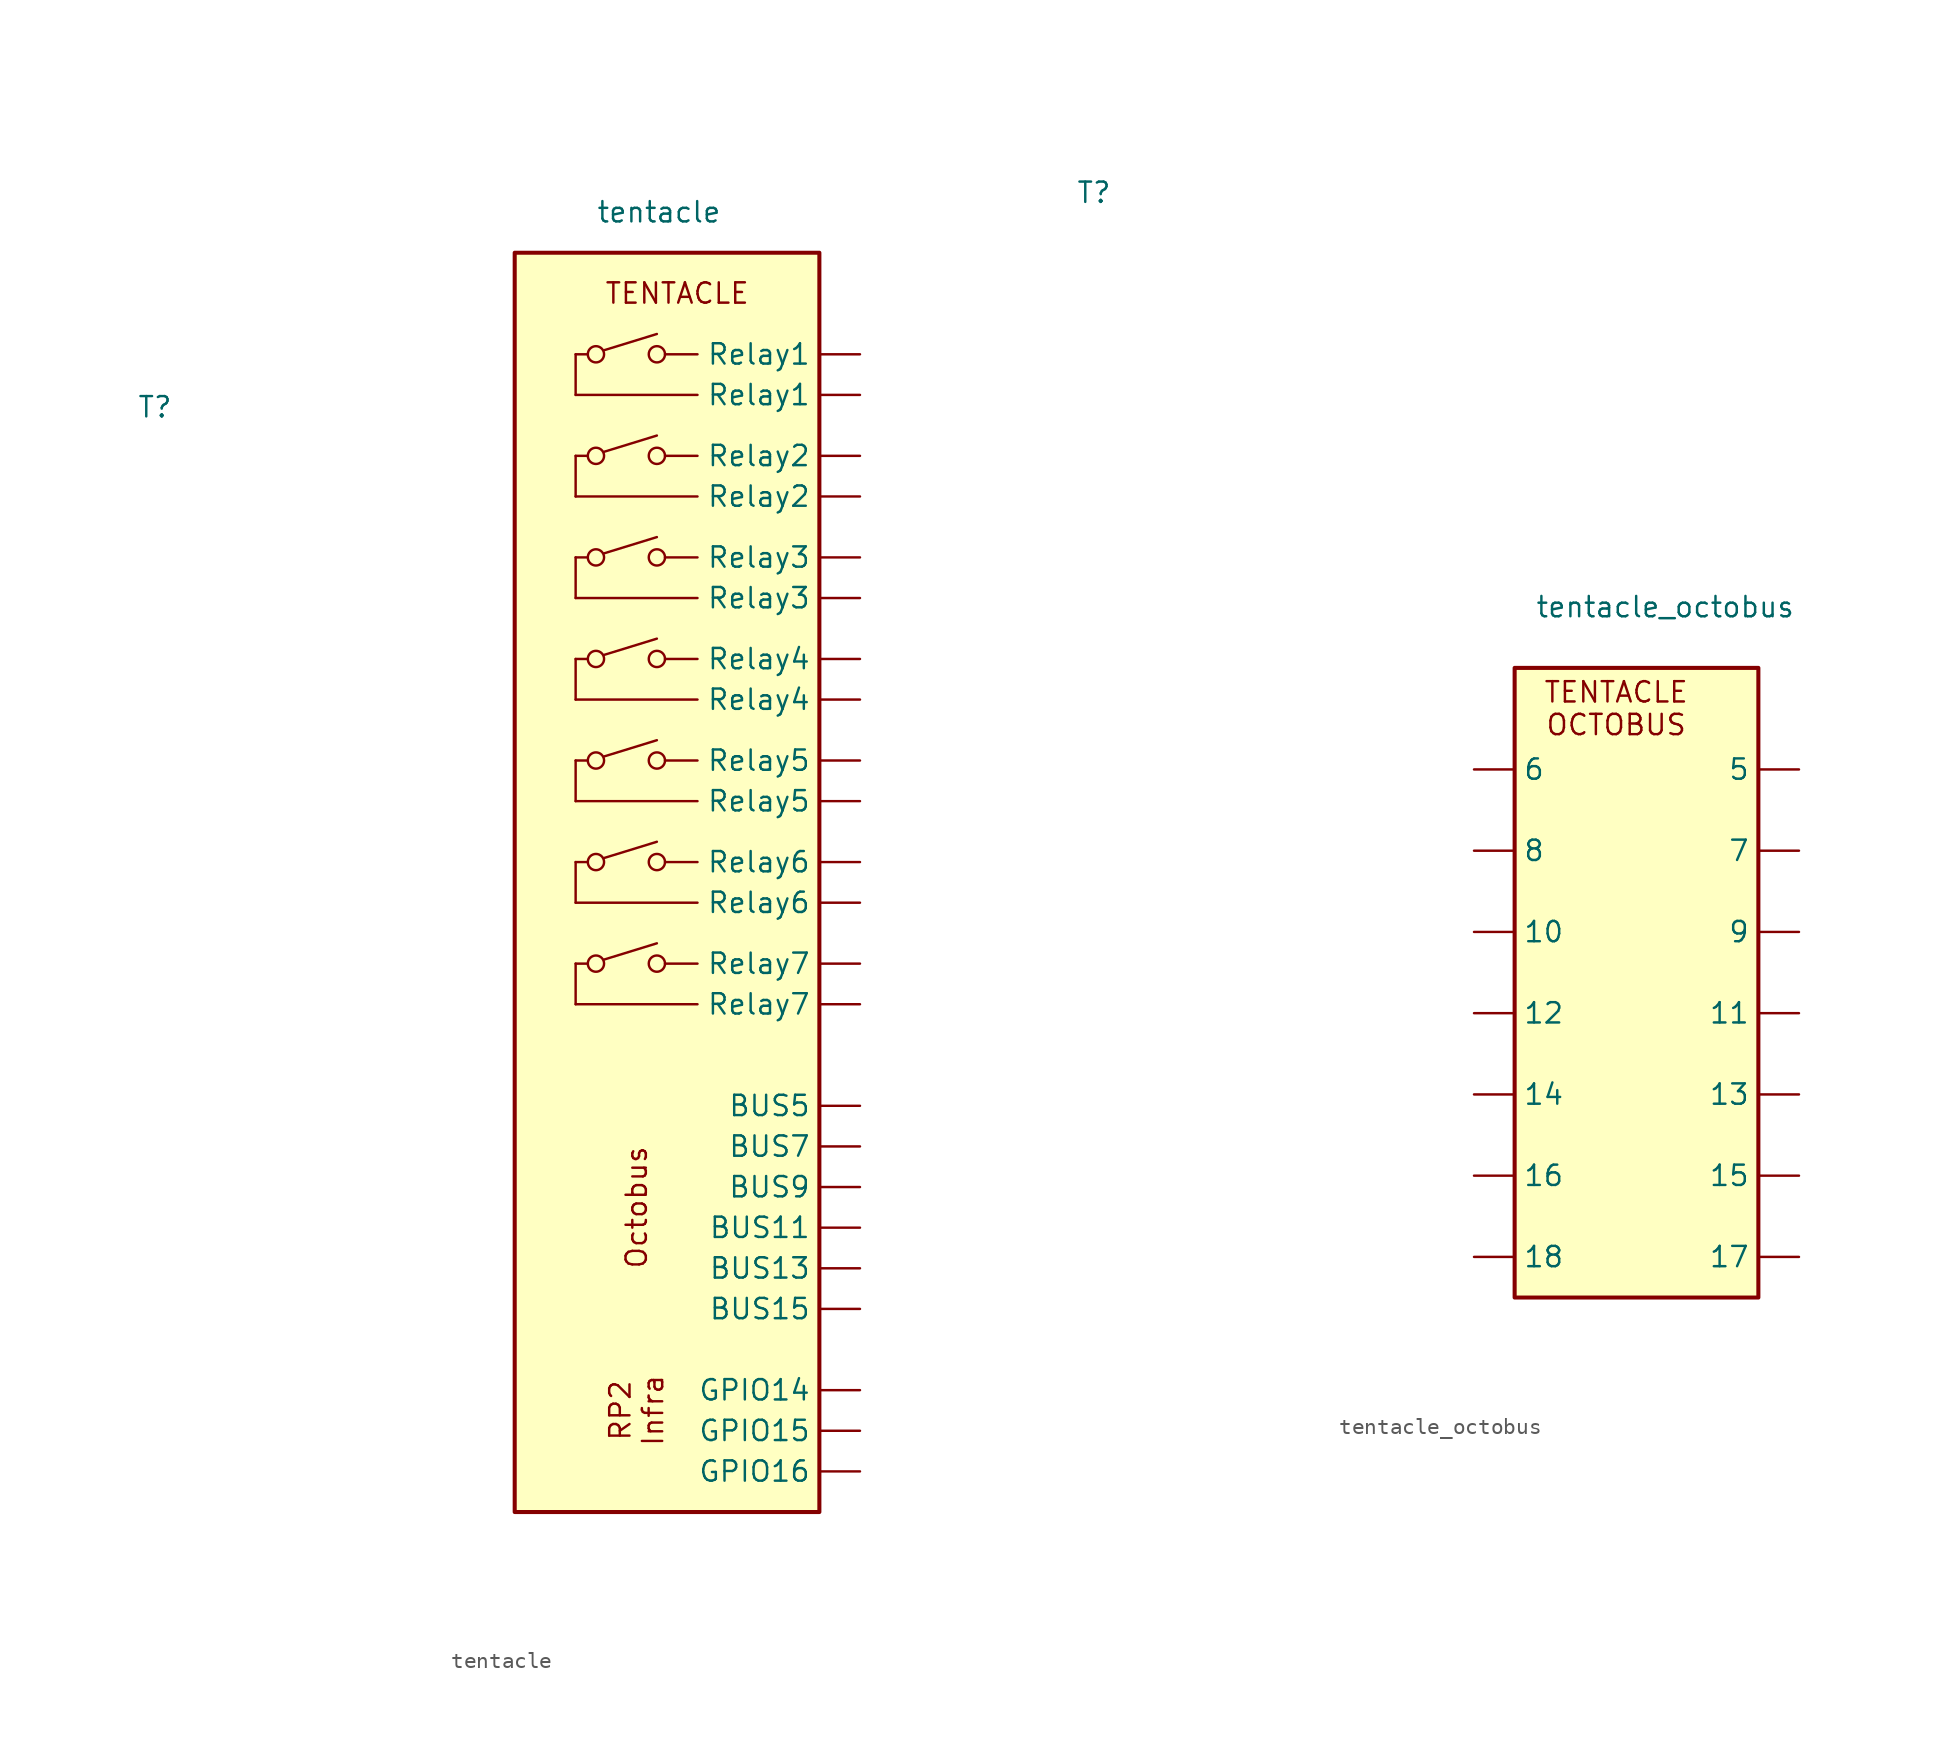
<source format=kicad_sym>
(kicad_symbol_lib
  (version 20231120)
  (generator "kicad_symbol_editor")
  (generator_version "8.0")
  (symbol "tentacle"
    (pin_numbers hide)
    (property "Reference" "T"
      (at -27.432 29.718 0)
      (effects (font (size 1.27 1.27)) (justify left)))
    (property "Value" "tentacle"
      (at 1.27 41.91 0)
      (effects (font (size 1.27 1.27)) (justify left)))
    (symbol "tentacle_0_1"
      (polyline (pts (xy 0 -5.08) (xy 0 -7.62)) (stroke (width 0) (type default)) (fill (type none)))
      (polyline (pts (xy 0 1.27) (xy 0 -1.27)) (stroke (width 0) (type default)) (fill (type none)))
      (polyline (pts (xy 0 7.62) (xy 0 5.08)) (stroke (width 0) (type default)) (fill (type none)))
      (polyline (pts (xy 0 13.97) (xy 0 11.43)) (stroke (width 0) (type default)) (fill (type none)))
      (polyline (pts (xy 0 20.32) (xy 0 17.78)) (stroke (width 0) (type default)) (fill (type none)))
      (polyline (pts (xy 0 26.67) (xy 0 24.13)) (stroke (width 0) (type default)) (fill (type none)))
      (polyline (pts (xy 0 33.02) (xy 0 30.48)) (stroke (width 0) (type default)) (fill (type none)))
      (polyline (pts (xy 0.762 -5.08) (xy 0 -5.08)) (stroke (width 0) (type default)) (fill (type none)))
      (polyline (pts (xy 0.762 1.27) (xy 0 1.27)) (stroke (width 0) (type default)) (fill (type none)))
      (polyline (pts (xy 0.762 7.62) (xy 0 7.62)) (stroke (width 0) (type default)) (fill (type none)))
      (polyline (pts (xy 0.762 13.97) (xy 0 13.97)) (stroke (width 0) (type default)) (fill (type none)))
      (polyline (pts (xy 0.762 20.32) (xy 0 20.32)) (stroke (width 0) (type default)) (fill (type none)))
      (polyline (pts (xy 0.762 26.67) (xy 0 26.67)) (stroke (width 0) (type default)) (fill (type none)))
      (polyline (pts (xy 0.762 33.02) (xy 0 33.02)) (stroke (width 0) (type default)) (fill (type none)))
      (polyline (pts (xy 1.778 -4.826) (xy 5.08 -3.81)) (stroke (width 0) (type default)) (fill (type none)))
      (polyline (pts (xy 1.778 1.524) (xy 5.08 2.54)) (stroke (width 0) (type default)) (fill (type none)))
      (polyline (pts (xy 1.778 7.874) (xy 5.08 8.89)) (stroke (width 0) (type default)) (fill (type none)))
      (polyline (pts (xy 1.778 14.224) (xy 5.08 15.24)) (stroke (width 0) (type default)) (fill (type none)))
      (polyline (pts (xy 1.778 20.574) (xy 5.08 21.59)) (stroke (width 0) (type default)) (fill (type none)))
      (polyline (pts (xy 1.778 26.924) (xy 5.08 27.94)) (stroke (width 0) (type default)) (fill (type none)))
      (polyline (pts (xy 1.778 33.274) (xy 5.08 34.29)) (stroke (width 0) (type default)) (fill (type none)))
      (polyline (pts (xy 7.62 -7.62) (xy 0 -7.62)) (stroke (width 0) (type default)) (fill (type none)))
      (polyline (pts (xy 7.62 -5.08) (xy 5.588 -5.08)) (stroke (width 0) (type default)) (fill (type none)))
      (polyline (pts (xy 7.62 -1.27) (xy 0 -1.27)) (stroke (width 0) (type default)) (fill (type none)))
      (polyline (pts (xy 7.62 1.27) (xy 5.588 1.27)) (stroke (width 0) (type default)) (fill (type none)))
      (polyline (pts (xy 7.62 5.08) (xy 0 5.08)) (stroke (width 0) (type default)) (fill (type none)))
      (polyline (pts (xy 7.62 7.62) (xy 5.588 7.62)) (stroke (width 0) (type default)) (fill (type none)))
      (polyline (pts (xy 7.62 11.43) (xy 0 11.43)) (stroke (width 0) (type default)) (fill (type none)))
      (polyline (pts (xy 7.62 13.97) (xy 5.588 13.97)) (stroke (width 0) (type default)) (fill (type none)))
      (polyline (pts (xy 7.62 17.78) (xy 0 17.78)) (stroke (width 0) (type default)) (fill (type none)))
      (polyline (pts (xy 7.62 20.32) (xy 5.588 20.32)) (stroke (width 0) (type default)) (fill (type none)))
      (polyline (pts (xy 7.62 24.13) (xy 0 24.13)) (stroke (width 0) (type default)) (fill (type none)))
      (polyline (pts (xy 7.62 26.67) (xy 5.588 26.67)) (stroke (width 0) (type default)) (fill (type none)))
      (polyline (pts (xy 7.62 30.48) (xy 0 30.48)) (stroke (width 0) (type default)) (fill (type none)))
      (polyline (pts (xy 7.62 33.02) (xy 5.588 33.02)) (stroke (width 0) (type default)) (fill (type none)))
      (circle (center 1.27 -5.08) (radius 0.508) (stroke (width 0) (type default)) (fill (type none)))
      (circle (center 1.27 1.27) (radius 0.508) (stroke (width 0) (type default)) (fill (type none)))
      (circle (center 1.27 7.62) (radius 0.508) (stroke (width 0) (type default)) (fill (type none)))
      (circle (center 1.27 13.97) (radius 0.508) (stroke (width 0) (type default)) (fill (type none)))
      (circle (center 1.27 20.32) (radius 0.508) (stroke (width 0) (type default)) (fill (type none)))
      (circle (center 1.27 26.67) (radius 0.508) (stroke (width 0) (type default)) (fill (type none)))
      (circle (center 1.27 33.02) (radius 0.508) (stroke (width 0) (type default)) (fill (type none)))
      (circle (center 5.08 -5.08) (radius 0.508) (stroke (width 0) (type default)) (fill (type none)))
      (circle (center 5.08 1.27) (radius 0.508) (stroke (width 0) (type default)) (fill (type none)))
      (circle (center 5.08 7.62) (radius 0.508) (stroke (width 0) (type default)) (fill (type none)))
      (circle (center 5.08 13.97) (radius 0.508) (stroke (width 0) (type default)) (fill (type none)))
      (circle (center 5.08 20.32) (radius 0.508) (stroke (width 0) (type default)) (fill (type none)))
      (circle (center 5.08 26.67) (radius 0.508) (stroke (width 0) (type default)) (fill (type none)))
      (circle (center 5.08 33.02) (radius 0.508) (stroke (width 0) (type default)) (fill (type none))))
    (symbol "tentacle_1_1"
      (rectangle (start -3.81 39.37) (end 15.24 -39.37) (stroke (width 0.254) (type default)) (fill (type background)))
      (text "Octobus" (at 3.81 -20.32 900) (effects (font (size 1.27 1.27))))
      (text "RP2\nInfra" (at 3.81 -33.02 900) (effects (font (size 1.27 1.27))))
      (text "TENTACLE" (at 6.35 36.83 0) (effects (font (size 1.27 1.27))))
      (pin passive line (at 17.78 33.02 180) (length 2.54) (name "Relay1" (effects (font (size 1.27 1.27)))) (number "10" (effects (font (size 1.27 1.27)))))
      (pin passive line (at 17.78 -21.59 180) (length 2.54) (name "BUS11" (effects (font (size 1.27 1.27)))) (number "11" (effects (font (size 1.27 1.27)))))
      (pin passive line (at 17.78 30.48 180) (length 2.54) (name "Relay1" (effects (font (size 1.27 1.27)))) (number "11" (effects (font (size 1.27 1.27)))))
      (pin passive line (at 17.78 -31.75 180) (length 2.54) (name "GPIO14" (effects (font (size 1.27 1.27)))) (number "114" (effects (font (size 1.27 1.27)))))
      (pin passive line (at 17.78 -34.29 180) (length 2.54) (name "GPIO15" (effects (font (size 1.27 1.27)))) (number "115" (effects (font (size 1.27 1.27)))))
      (pin passive line (at 17.78 -36.83 180) (length 2.54) (name "GPIO16" (effects (font (size 1.27 1.27)))) (number "116" (effects (font (size 1.27 1.27)))))
      (pin passive line (at 17.78 26.67 180) (length 2.54) (name "Relay2" (effects (font (size 1.27 1.27)))) (number "12" (effects (font (size 1.27 1.27)))))
      (pin passive line (at 17.78 -24.13 180) (length 2.54) (name "BUS13" (effects (font (size 1.27 1.27)))) (number "13" (effects (font (size 1.27 1.27)))))
      (pin passive line (at 17.78 24.13 180) (length 2.54) (name "Relay2" (effects (font (size 1.27 1.27)))) (number "13" (effects (font (size 1.27 1.27)))))
      (pin passive line (at 17.78 20.32 180) (length 2.54) (name "Relay3" (effects (font (size 1.27 1.27)))) (number "14" (effects (font (size 1.27 1.27)))))
      (pin passive line (at 17.78 -26.67 180) (length 2.54) (name "BUS15" (effects (font (size 1.27 1.27)))) (number "15" (effects (font (size 1.27 1.27)))))
      (pin passive line (at 17.78 17.78 180) (length 2.54) (name "Relay3" (effects (font (size 1.27 1.27)))) (number "15" (effects (font (size 1.27 1.27)))))
      (pin passive line (at 17.78 13.97 180) (length 2.54) (name "Relay4" (effects (font (size 1.27 1.27)))) (number "16" (effects (font (size 1.27 1.27)))))
      (pin passive line (at 17.78 11.43 180) (length 2.54) (name "Relay4" (effects (font (size 1.27 1.27)))) (number "17" (effects (font (size 1.27 1.27)))))
      (pin passive line (at 17.78 7.62 180) (length 2.54) (name "Relay5" (effects (font (size 1.27 1.27)))) (number "18" (effects (font (size 1.27 1.27)))))
      (pin passive line (at 17.78 5.08 180) (length 2.54) (name "Relay5" (effects (font (size 1.27 1.27)))) (number "19" (effects (font (size 1.27 1.27)))))
      (pin passive line (at 17.78 1.27 180) (length 2.54) (name "Relay6" (effects (font (size 1.27 1.27)))) (number "20" (effects (font (size 1.27 1.27)))))
      (pin passive line (at 17.78 -1.27 180) (length 2.54) (name "Relay6" (effects (font (size 1.27 1.27)))) (number "21" (effects (font (size 1.27 1.27)))))
      (pin passive line (at 17.78 -5.08 180) (length 2.54) (name "Relay7" (effects (font (size 1.27 1.27)))) (number "22" (effects (font (size 1.27 1.27)))))
      (pin passive line (at 17.78 -7.62 180) (length 2.54) (name "Relay7" (effects (font (size 1.27 1.27)))) (number "23" (effects (font (size 1.27 1.27)))))
      (pin passive line (at 17.78 -13.97 180) (length 2.54) (name "BUS5" (effects (font (size 1.27 1.27)))) (number "5" (effects (font (size 1.27 1.27)))))
      (pin passive line (at 17.78 -16.51 180) (length 2.54) (name "BUS7" (effects (font (size 1.27 1.27)))) (number "7" (effects (font (size 1.27 1.27)))))
      (pin passive line (at 17.78 -19.05 180) (length 2.54) (name "BUS9" (effects (font (size 1.27 1.27)))) (number "9" (effects (font (size 1.27 1.27)))))))
  (symbol "tentacle_octobus"
    (pin_numbers hide)
    (property "Reference" "T"
      (at -27.432 29.718 0)
      (effects (font (size 1.27 1.27)) (justify left)))
    (property "Value" "tentacle_octobus"
      (at 1.27 3.81 0)
      (effects (font (size 1.27 1.27)) (justify left)))
    (symbol "tentacle_octobus_1_1"
      (rectangle (start 0 0) (end 15.24 -39.37) (stroke (width 0.254) (type default)) (fill (type background)))
      (text "TENTACLE\nOCTOBUS" (at 6.35 -2.54 0) (effects (font (size 1.27 1.27))))
      (pin passive line (at -2.54 -16.51 0) (length 2.54) (name "10" (effects (font (size 1.27 1.27)))) (number "10" (effects (font (size 1.27 1.27)))))
      (pin passive line (at 17.78 -21.59 180) (length 2.54) (name "11" (effects (font (size 1.27 1.27)))) (number "11" (effects (font (size 1.27 1.27)))))
      (pin passive line (at -2.54 -21.59 0) (length 2.54) (name "12" (effects (font (size 1.27 1.27)))) (number "12" (effects (font (size 1.27 1.27)))))
      (pin passive line (at 17.78 -26.67 180) (length 2.54) (name "13" (effects (font (size 1.27 1.27)))) (number "13" (effects (font (size 1.27 1.27)))))
      (pin passive line (at -2.54 -26.67 0) (length 2.54) (name "14" (effects (font (size 1.27 1.27)))) (number "14" (effects (font (size 1.27 1.27)))))
      (pin passive line (at 17.78 -31.75 180) (length 2.54) (name "15" (effects (font (size 1.27 1.27)))) (number "15" (effects (font (size 1.27 1.27)))))
      (pin passive line (at -2.54 -31.75 0) (length 2.54) (name "16" (effects (font (size 1.27 1.27)))) (number "16" (effects (font (size 1.27 1.27)))))
      (pin passive line (at 17.78 -36.83 180) (length 2.54) (name "17" (effects (font (size 1.27 1.27)))) (number "17" (effects (font (size 1.27 1.27)))))
      (pin passive line (at -2.54 -36.83 0) (length 2.54) (name "18" (effects (font (size 1.27 1.27)))) (number "18" (effects (font (size 1.27 1.27)))))
      (pin passive line (at 17.78 -6.35 180) (length 2.54) (name "5" (effects (font (size 1.27 1.27)))) (number "5" (effects (font (size 1.27 1.27)))))
      (pin passive line (at -2.54 -6.35 0) (length 2.54) (name "6" (effects (font (size 1.27 1.27)))) (number "6" (effects (font (size 1.27 1.27)))))
      (pin passive line (at 17.78 -11.43 180) (length 2.54) (name "7" (effects (font (size 1.27 1.27)))) (number "7" (effects (font (size 1.27 1.27)))))
      (pin passive line (at -2.54 -11.43 0) (length 2.54) (name "8" (effects (font (size 1.27 1.27)))) (number "8" (effects (font (size 1.27 1.27)))))
      (pin passive line (at 17.78 -16.51 180) (length 2.54) (name "9" (effects (font (size 1.27 1.27)))) (number "9" (effects (font (size 1.27 1.27))))))))
</source>
